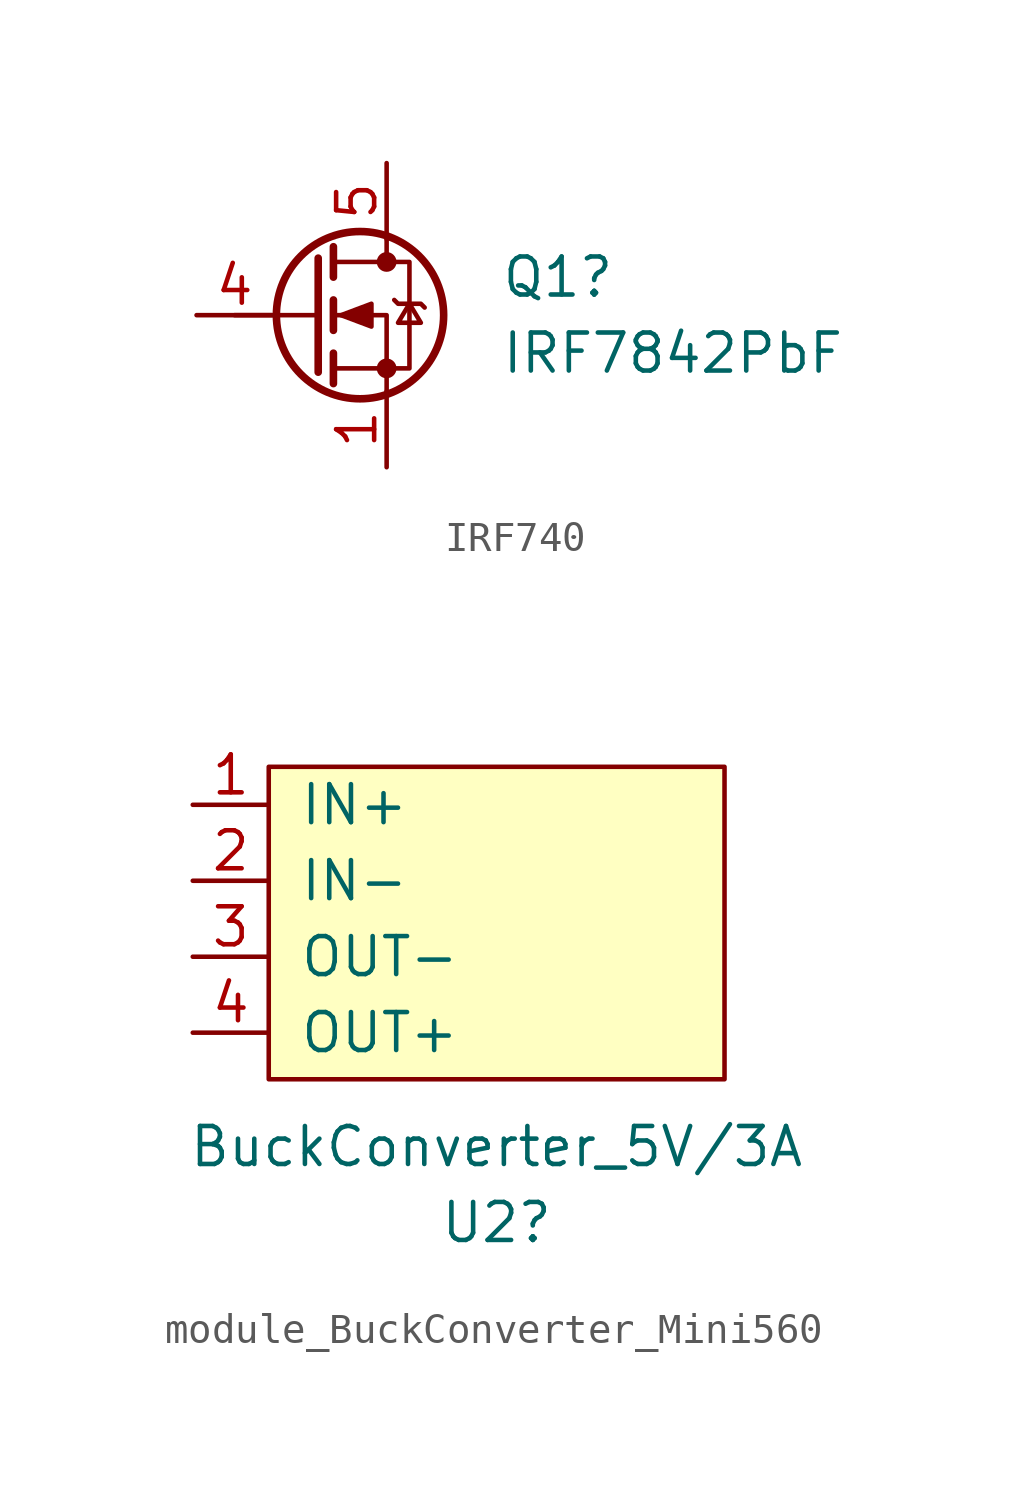
<source format=kicad_sym>
(kicad_symbol_lib
  (version 20241209)
  (generator "kicad_symbol_editor")
  (generator_version "9.0")
  (symbol "IRF740"
    (pin_names
      (hide yes))
    (property "Reference" "Q1"
      (at 6.35 1.27 0)
      (effects (font (size 1.27 1.27)) (justify left)))
    (property "Value" "IRF7842PbF"
      (at 6.35 -1.27 0)
      (effects (font (size 1.27 1.27)) (justify left)))
    (symbol "IRF740_0_1"
      (polyline (pts (xy 0.254 1.905) (xy 0.254 -1.905)) (stroke (width 0.254) (type default)) (fill (type none)))
      (polyline (pts (xy 0.254 0) (xy -2.54 0)) (stroke (width 0) (type default)) (fill (type none)))
      (polyline (pts (xy 0.762 2.286) (xy 0.762 1.27)) (stroke (width 0.254) (type default)) (fill (type none)))
      (polyline (pts (xy 0.762 0.508) (xy 0.762 -0.508)) (stroke (width 0.254) (type default)) (fill (type none)))
      (polyline (pts (xy 0.762 -1.27) (xy 0.762 -2.286)) (stroke (width 0.254) (type default)) (fill (type none)))
      (polyline (pts (xy 0.762 -1.778) (xy 3.302 -1.778) (xy 3.302 1.778) (xy 0.762 1.778)) (stroke (width 0) (type default)) (fill (type none)))
      (polyline (pts (xy 1.016 0) (xy 2.032 0.381) (xy 2.032 -0.381) (xy 1.016 0)) (stroke (width 0) (type default)) (fill (type outline)))
      (circle (center 1.651 0) (radius 2.794) (stroke (width 0.254) (type default)) (fill (type none)))
      (polyline (pts (xy 2.54 2.54) (xy 2.54 1.778)) (stroke (width 0) (type default)) (fill (type none)))
      (circle (center 2.54 1.778) (radius 0.254) (stroke (width 0) (type default)) (fill (type outline)))
      (circle (center 2.54 -1.778) (radius 0.254) (stroke (width 0) (type default)) (fill (type outline)))
      (polyline (pts (xy 2.54 -2.54) (xy 2.54 0) (xy 0.762 0)) (stroke (width 0) (type default)) (fill (type none)))
      (polyline (pts (xy 2.794 0.508) (xy 2.921 0.381) (xy 3.683 0.381) (xy 3.81 0.254)) (stroke (width 0) (type default)) (fill (type none)))
      (polyline (pts (xy 3.302 0.381) (xy 2.921 -0.254) (xy 3.683 -0.254) (xy 3.302 0.381)) (stroke (width 0) (type default)) (fill (type none))))
    (symbol "IRF740_1_0"
      (pin passive line (at -3.81 0 0) (length 2.54) (name "G" (effects (font (size 1.27 1.27)))) (number "4" (effects (font (size 1.27 1.27)))))
      (pin passive line (at 2.54 5.08 270) (length 2.54) (hide yes) (name "D" (effects (font (size 1.27 1.27)))) (number "6" (effects (font (size 1.27 1.27)))))
      (pin passive line (at 2.54 5.08 270) (length 2.54) (hide yes) (name "D" (effects (font (size 1.27 1.27)))) (number "7" (effects (font (size 1.27 1.27)))))
      (pin passive line (at 2.54 5.08 270) (length 2.54) (hide yes) (name "D" (effects (font (size 1.27 1.27)))) (number "8" (effects (font (size 1.27 1.27)))))
      (pin passive line (at 2.54 -5.08 90) (length 2.54) (hide yes) (name "S" (effects (font (size 1.27 1.27)))) (number "2" (effects (font (size 1.27 1.27)))))
      (pin passive line (at 2.54 -5.08 90) (length 2.54) (hide yes) (name "S" (effects (font (size 1.27 1.27)))) (number "3" (effects (font (size 1.27 1.27))))))
    (symbol "IRF740_1_1"
      (pin passive line (at 2.54 5.08 270) (length 2.54) (name "D" (effects (font (size 1.27 1.27)))) (number "5" (effects (font (size 1.27 1.27)))))
      (pin passive line (at 2.54 -5.08 90) (length 2.54) (name "S" (effects (font (size 1.27 1.27)))) (number "1" (effects (font (size 1.27 1.27)))))))
  (symbol "module_BuckConverter_Mini560"
    (pin_names
      (offset 1.016))
    (property "Reference" "U2"
      (at 10.16 -6.35 0)
      (effects (font (size 1.27 1.27))))
    (property "Value" "BuckConverter_5V/3A"
      (at 10.16 -3.81 0)
      (effects (font (size 1.27 1.27))))
    (symbol "module_BuckConverter_Mini560_1_1"
      (rectangle (start 2.54 8.89) (end 17.78 -1.557) (stroke (width 0) (type default)) (fill (type background)))
      (pin passive line (at 0 7.62 0) (length 2.54) (name "IN+" (effects (font (size 1.27 1.27)))) (number "1" (effects (font (size 1.27 1.27)))))
      (pin passive line (at 0 5.08 0) (length 2.54) (name "IN-" (effects (font (size 1.27 1.27)))) (number "2" (effects (font (size 1.27 1.27)))))
      (pin power_out line (at 0 2.54 0) (length 2.54) (name "OUT-" (effects (font (size 1.27 1.27)))) (number "3" (effects (font (size 1.27 1.27)))))
      (pin power_out line (at 0 0 0) (length 2.54) (name "OUT+" (effects (font (size 1.27 1.27)))) (number "4" (effects (font (size 1.27 1.27))))))))
</source>
